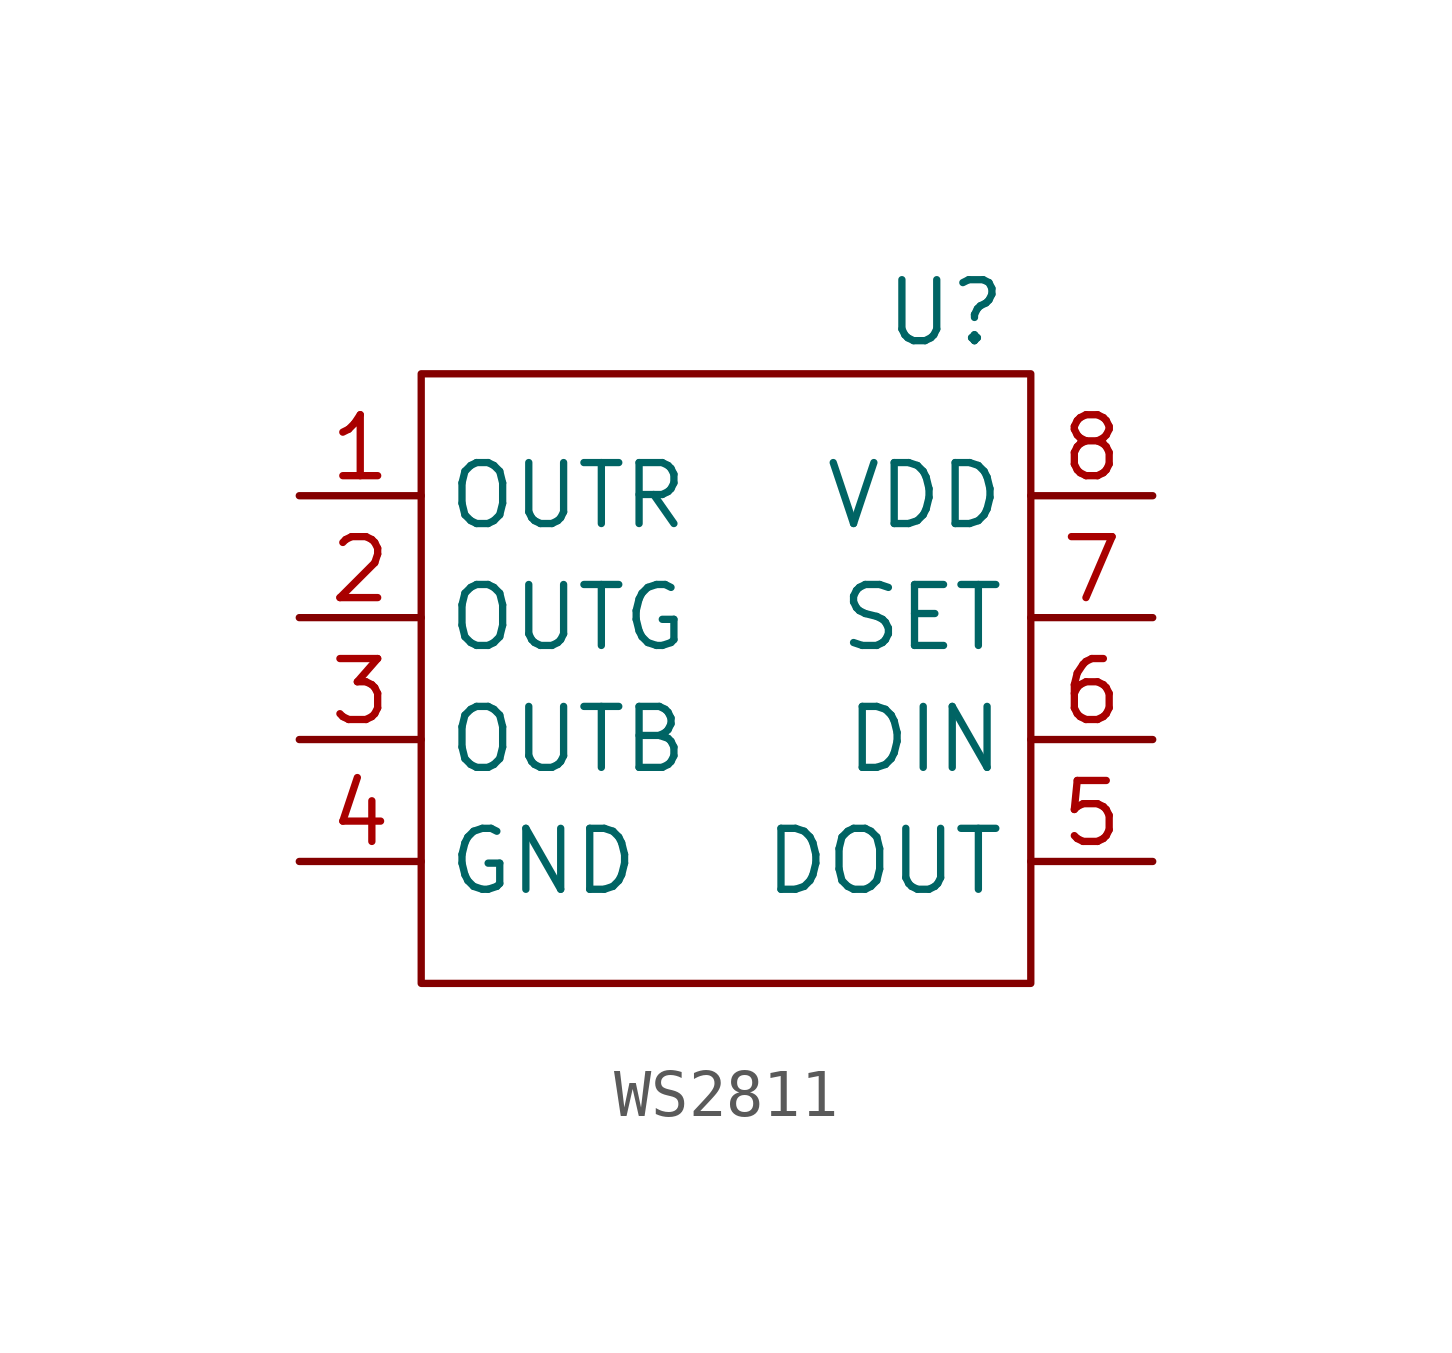
<source format=kicad_sym>
(kicad_symbol_lib
  (version 20231120)
  (generator "kicad_symbol_editor")
  (generator_version "8.0")
  (symbol "WS2811"
    (property "Reference" "U"
      (at 4.572 5.08 0)
      (effects (font (size 1.27 1.27))))
    (property "Value" ""
      (at 0 0 0)
      (effects (font (size 1.27 1.27))))
    (symbol "WS2811_0_1"
      (rectangle (start -6.35 3.81) (end 6.35 -8.89) (stroke (width 0) (type default)) (fill (type none))))
    (symbol "WS2811_1_1"
      (pin output line (at -8.89 1.27 0) (length 2.54) (name "OUTR" (effects (font (size 1.27 1.27)))) (number "1" (effects (font (size 1.27 1.27)))))
      (pin output line (at -8.89 -1.27 0) (length 2.54) (name "OUTG" (effects (font (size 1.27 1.27)))) (number "2" (effects (font (size 1.27 1.27)))))
      (pin output line (at -8.89 -3.81 0) (length 2.54) (name "OUTB" (effects (font (size 1.27 1.27)))) (number "3" (effects (font (size 1.27 1.27)))))
      (pin power_out line (at -8.89 -6.35 0) (length 2.54) (name "GND" (effects (font (size 1.27 1.27)))) (number "4" (effects (font (size 1.27 1.27)))))
      (pin input line (at 8.89 -6.35 180) (length 2.54) (name "DOUT" (effects (font (size 1.27 1.27)))) (number "5" (effects (font (size 1.27 1.27)))))
      (pin input line (at 8.89 -3.81 180) (length 2.54) (name "DIN" (effects (font (size 1.27 1.27)))) (number "6" (effects (font (size 1.27 1.27)))))
      (pin input line (at 8.89 -1.27 180) (length 2.54) (name "SET" (effects (font (size 1.27 1.27)))) (number "7" (effects (font (size 1.27 1.27)))))
      (pin power_in line (at 8.89 1.27 180) (length 2.54) (name "VDD" (effects (font (size 1.27 1.27)))) (number "8" (effects (font (size 1.27 1.27))))))))
</source>
